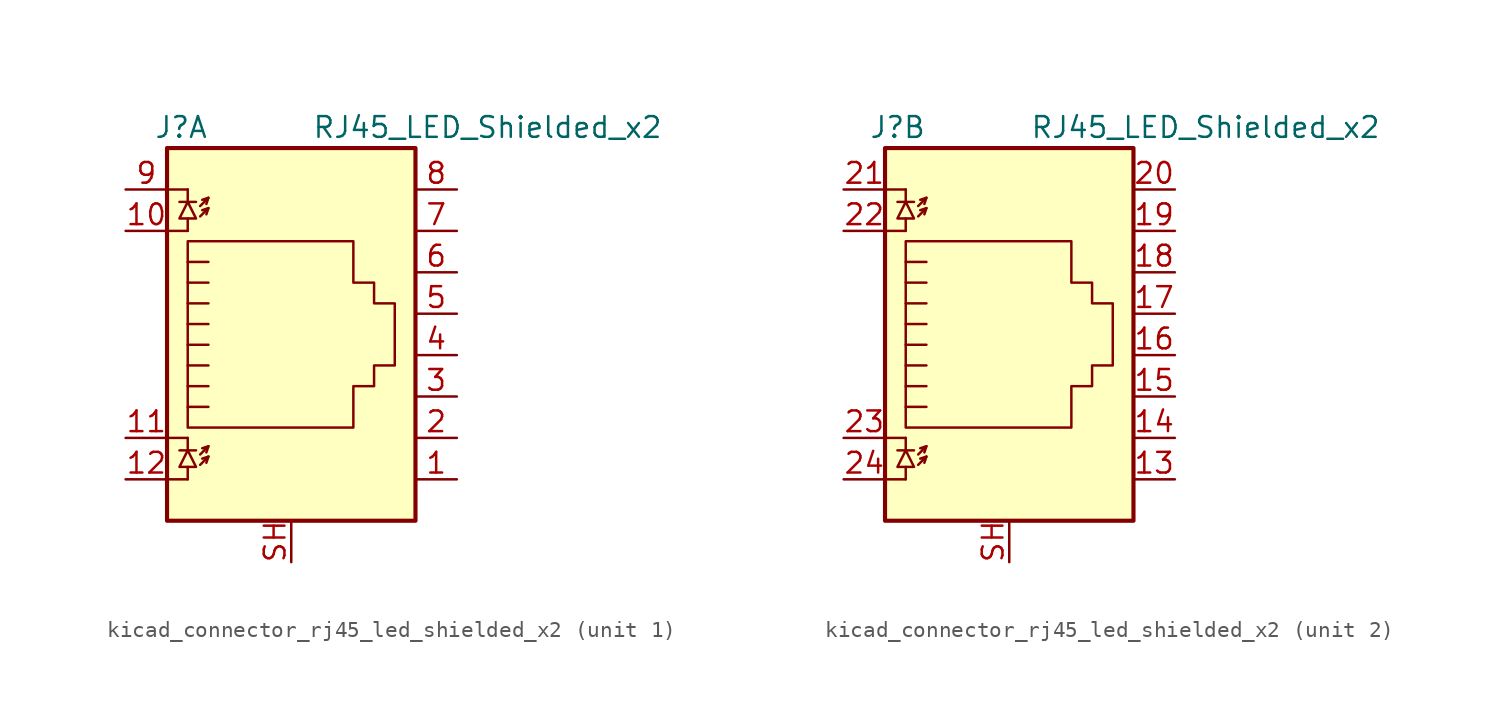
<source format=kicad_sym>
(kicad_symbol_lib
  (version 20220914)
  (generator kicad_symbol_editor)
  (symbol "kicad_connector_rj45_led_shielded_x2"
    (property "Reference" "J"
      (at -5.08 13.97 0)
      (effects (font (size 1.27 1.27)) (justify right)))
    (property "Value" "RJ45_LED_Shielded_x2"
      (at 1.27 13.97 0)
      (effects (font (size 1.27 1.27)) (justify left)))
    (symbol "kicad_connector_rj45_led_shielded_x2_0_1"
      (polyline (pts (xy -7.62 -7.62) (xy -6.35 -7.62)) (stroke (width 0) (type default)) (fill (type none)))
      (polyline (pts (xy -7.62 -5.08) (xy -6.35 -5.08)) (stroke (width 0) (type default)) (fill (type none)))
      (polyline (pts (xy -7.62 7.62) (xy -6.35 7.62)) (stroke (width 0) (type default)) (fill (type none)))
      (polyline (pts (xy -7.62 10.16) (xy -6.35 10.16)) (stroke (width 0) (type default)) (fill (type none)))
      (polyline (pts (xy -6.858 -5.842) (xy -5.842 -5.842)) (stroke (width 0) (type default)) (fill (type none)))
      (polyline (pts (xy -6.858 9.398) (xy -5.842 9.398)) (stroke (width 0) (type default)) (fill (type none)))
      (polyline (pts (xy -6.35 -7.62) (xy -6.35 -6.858)) (stroke (width 0) (type default)) (fill (type none)))
      (polyline (pts (xy -6.35 -5.08) (xy -6.35 -5.842)) (stroke (width 0) (type default)) (fill (type none)))
      (polyline (pts (xy -6.35 7.62) (xy -6.35 8.382)) (stroke (width 0) (type default)) (fill (type none)))
      (polyline (pts (xy -6.35 10.16) (xy -6.35 9.398)) (stroke (width 0) (type default)) (fill (type none)))
      (polyline (pts (xy -5.08 -6.223) (xy -5.207 -6.604)) (stroke (width 0) (type default)) (fill (type none)))
      (polyline (pts (xy -5.08 -5.588) (xy -5.207 -5.969)) (stroke (width 0) (type default)) (fill (type none)))
      (polyline (pts (xy -5.08 4.445) (xy -6.35 4.445)) (stroke (width 0) (type default)) (fill (type none)))
      (polyline (pts (xy -5.08 5.715) (xy -6.35 5.715)) (stroke (width 0) (type default)) (fill (type none)))
      (polyline (pts (xy -5.08 9.017) (xy -5.207 8.636)) (stroke (width 0) (type default)) (fill (type none)))
      (polyline (pts (xy -5.08 9.652) (xy -5.207 9.271)) (stroke (width 0) (type default)) (fill (type none)))
      (polyline (pts (xy -6.35 -3.175) (xy -5.08 -3.175) (xy -5.08 -3.175)) (stroke (width 0) (type default)) (fill (type none)))
      (polyline (pts (xy -6.35 -1.905) (xy -5.08 -1.905) (xy -5.08 -1.905)) (stroke (width 0) (type default)) (fill (type none)))
      (polyline (pts (xy -6.35 -0.635) (xy -5.08 -0.635) (xy -5.08 -0.635)) (stroke (width 0) (type default)) (fill (type none)))
      (polyline (pts (xy -6.35 0.635) (xy -5.08 0.635) (xy -5.08 0.635)) (stroke (width 0) (type default)) (fill (type none)))
      (polyline (pts (xy -6.35 1.905) (xy -5.08 1.905) (xy -5.08 1.905)) (stroke (width 0) (type default)) (fill (type none)))
      (polyline (pts (xy -5.588 -6.731) (xy -5.08 -6.223) (xy -5.461 -6.35)) (stroke (width 0) (type default)) (fill (type none)))
      (polyline (pts (xy -5.588 -6.096) (xy -5.08 -5.588) (xy -5.461 -5.715)) (stroke (width 0) (type default)) (fill (type none)))
      (polyline (pts (xy -5.588 8.509) (xy -5.08 9.017) (xy -5.461 8.89)) (stroke (width 0) (type default)) (fill (type none)))
      (polyline (pts (xy -5.588 9.144) (xy -5.08 9.652) (xy -5.461 9.525)) (stroke (width 0) (type default)) (fill (type none)))
      (polyline (pts (xy -5.08 3.175) (xy -6.35 3.175) (xy -6.35 3.175)) (stroke (width 0) (type default)) (fill (type none)))
      (polyline (pts (xy -6.35 -5.842) (xy -6.858 -6.858) (xy -5.842 -6.858) (xy -6.35 -5.842)) (stroke (width 0) (type default)) (fill (type none)))
      (polyline (pts (xy -6.35 9.398) (xy -6.858 8.382) (xy -5.842 8.382) (xy -6.35 9.398)) (stroke (width 0) (type default)) (fill (type none)))
      (polyline (pts (xy -6.35 -4.445) (xy -6.35 6.985) (xy 3.81 6.985) (xy 3.81 4.445) (xy 5.08 4.445) (xy 5.08 3.175) (xy 6.35 3.175) (xy 6.35 -0.635) (xy 5.08 -0.635) (xy 5.08 -1.905) (xy 3.81 -1.905) (xy 3.81 -4.445) (xy -6.35 -4.445) (xy -6.35 -4.445)) (stroke (width 0) (type default)) (fill (type none)))
      (rectangle (start 7.62 12.7) (end -7.62 -10.16) (stroke (width 0.254) (type default)) (fill (type background))))
    (symbol "kicad_connector_rj45_led_shielded_x2_1_1"
      (pin passive line (at 10.16 -7.62 180) (length 2.54) (name "~" (effects (font (size 1.27 1.27)))) (number "1" (effects (font (size 1.27 1.27)))))
      (pin passive line (at -10.16 7.62 0) (length 2.54) (name "~" (effects (font (size 1.27 1.27)))) (number "10" (effects (font (size 1.27 1.27)))))
      (pin passive line (at -10.16 -5.08 0) (length 2.54) (name "~" (effects (font (size 1.27 1.27)))) (number "11" (effects (font (size 1.27 1.27)))))
      (pin passive line (at -10.16 -7.62 0) (length 2.54) (name "~" (effects (font (size 1.27 1.27)))) (number "12" (effects (font (size 1.27 1.27)))))
      (pin passive line (at 10.16 -5.08 180) (length 2.54) (name "~" (effects (font (size 1.27 1.27)))) (number "2" (effects (font (size 1.27 1.27)))))
      (pin passive line (at 10.16 -2.54 180) (length 2.54) (name "~" (effects (font (size 1.27 1.27)))) (number "3" (effects (font (size 1.27 1.27)))))
      (pin passive line (at 10.16 0 180) (length 2.54) (name "~" (effects (font (size 1.27 1.27)))) (number "4" (effects (font (size 1.27 1.27)))))
      (pin passive line (at 10.16 2.54 180) (length 2.54) (name "~" (effects (font (size 1.27 1.27)))) (number "5" (effects (font (size 1.27 1.27)))))
      (pin passive line (at 10.16 5.08 180) (length 2.54) (name "~" (effects (font (size 1.27 1.27)))) (number "6" (effects (font (size 1.27 1.27)))))
      (pin passive line (at 10.16 7.62 180) (length 2.54) (name "~" (effects (font (size 1.27 1.27)))) (number "7" (effects (font (size 1.27 1.27)))))
      (pin passive line (at 10.16 10.16 180) (length 2.54) (name "~" (effects (font (size 1.27 1.27)))) (number "8" (effects (font (size 1.27 1.27)))))
      (pin passive line (at -10.16 10.16 0) (length 2.54) (name "~" (effects (font (size 1.27 1.27)))) (number "9" (effects (font (size 1.27 1.27)))))
      (pin passive line (at 0 -12.7 90) (length 2.54) (name "~" (effects (font (size 1.27 1.27)))) (number "SH" (effects (font (size 1.27 1.27))))))
    (symbol "kicad_connector_rj45_led_shielded_x2_2_1"
      (pin passive line (at 10.16 -7.62 180) (length 2.54) (name "~" (effects (font (size 1.27 1.27)))) (number "13" (effects (font (size 1.27 1.27)))))
      (pin passive line (at 10.16 -5.08 180) (length 2.54) (name "~" (effects (font (size 1.27 1.27)))) (number "14" (effects (font (size 1.27 1.27)))))
      (pin passive line (at 10.16 -2.54 180) (length 2.54) (name "~" (effects (font (size 1.27 1.27)))) (number "15" (effects (font (size 1.27 1.27)))))
      (pin passive line (at 10.16 0 180) (length 2.54) (name "~" (effects (font (size 1.27 1.27)))) (number "16" (effects (font (size 1.27 1.27)))))
      (pin passive line (at 10.16 2.54 180) (length 2.54) (name "~" (effects (font (size 1.27 1.27)))) (number "17" (effects (font (size 1.27 1.27)))))
      (pin passive line (at 10.16 5.08 180) (length 2.54) (name "~" (effects (font (size 1.27 1.27)))) (number "18" (effects (font (size 1.27 1.27)))))
      (pin passive line (at 10.16 7.62 180) (length 2.54) (name "~" (effects (font (size 1.27 1.27)))) (number "19" (effects (font (size 1.27 1.27)))))
      (pin passive line (at 10.16 10.16 180) (length 2.54) (name "~" (effects (font (size 1.27 1.27)))) (number "20" (effects (font (size 1.27 1.27)))))
      (pin passive line (at -10.16 10.16 0) (length 2.54) (name "~" (effects (font (size 1.27 1.27)))) (number "21" (effects (font (size 1.27 1.27)))))
      (pin passive line (at -10.16 7.62 0) (length 2.54) (name "~" (effects (font (size 1.27 1.27)))) (number "22" (effects (font (size 1.27 1.27)))))
      (pin passive line (at -10.16 -5.08 0) (length 2.54) (name "~" (effects (font (size 1.27 1.27)))) (number "23" (effects (font (size 1.27 1.27)))))
      (pin passive line (at -10.16 -7.62 0) (length 2.54) (name "~" (effects (font (size 1.27 1.27)))) (number "24" (effects (font (size 1.27 1.27)))))
      (pin passive line (at 0 -12.7 90) (length 2.54) (name "~" (effects (font (size 1.27 1.27)))) (number "SH" (effects (font (size 1.27 1.27))))))))
</source>
